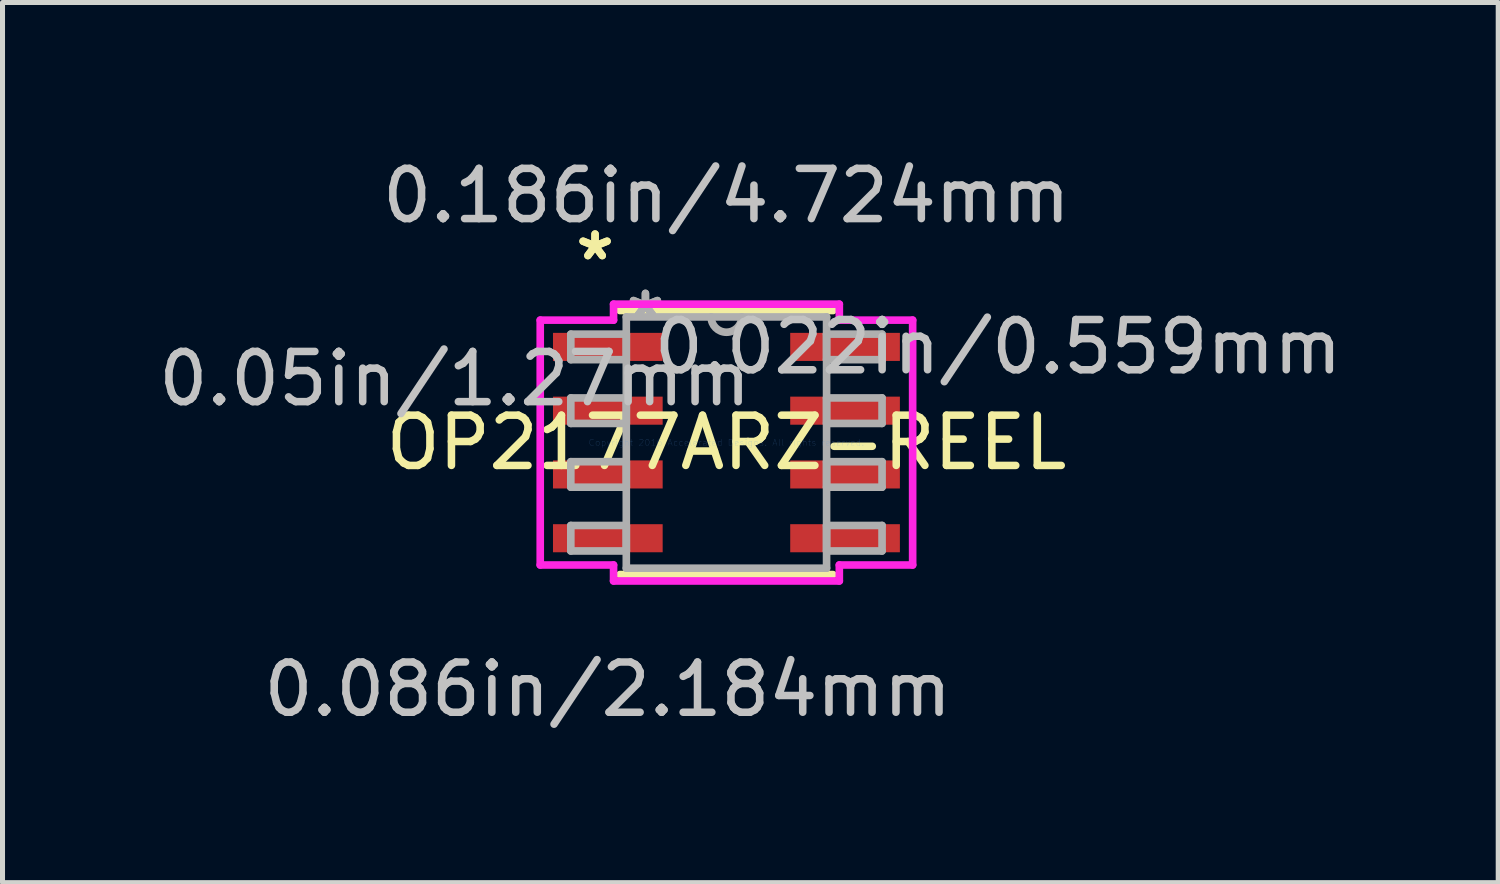
<source format=kicad_pcb>
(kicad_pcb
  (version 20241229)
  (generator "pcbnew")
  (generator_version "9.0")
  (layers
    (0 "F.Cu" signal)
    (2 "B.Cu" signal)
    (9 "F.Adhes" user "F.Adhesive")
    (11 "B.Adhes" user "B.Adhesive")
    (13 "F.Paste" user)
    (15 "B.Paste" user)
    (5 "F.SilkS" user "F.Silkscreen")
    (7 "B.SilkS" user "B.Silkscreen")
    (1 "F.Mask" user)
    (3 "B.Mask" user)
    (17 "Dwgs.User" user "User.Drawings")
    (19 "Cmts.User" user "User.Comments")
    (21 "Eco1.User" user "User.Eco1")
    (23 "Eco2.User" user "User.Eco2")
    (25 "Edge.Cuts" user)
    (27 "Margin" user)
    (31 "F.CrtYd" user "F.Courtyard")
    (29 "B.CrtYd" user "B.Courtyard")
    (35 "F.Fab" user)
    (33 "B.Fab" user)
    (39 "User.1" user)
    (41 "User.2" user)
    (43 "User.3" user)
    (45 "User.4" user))
  (footprint "OP2177ARZ-REEL"
    (layer "F.Cu")
    (at 11.416 5.763)
    (property "Reference" "OP2177ARZ-REEL" (at 0 0 0) (layer "F.SilkS") (effects (font (size 1 1) (thickness 0.15))))
    (attr through_hole)
    (fp_line (start -2.121 2.629) (end 2.121 2.629) (stroke (width 0.152) (type solid)) (layer "F.SilkS"))
    (fp_line (start 2.121 -2.629) (end -2.121 -2.629) (stroke (width 0.152) (type solid)) (layer "F.SilkS"))
    (fp_line (start -3.708 -2.438) (end -2.248 -2.438) (stroke (width 0.152) (type solid)) (layer "F.CrtYd"))
    (fp_line (start -3.708 2.438) (end -3.708 -2.438) (stroke (width 0.152) (type solid)) (layer "F.CrtYd"))
    (fp_line (start -2.248 -2.756) (end 2.248 -2.756) (stroke (width 0.152) (type solid)) (layer "F.CrtYd"))
    (fp_line (start -2.248 -2.438) (end -2.248 -2.756) (stroke (width 0.152) (type solid)) (layer "F.CrtYd"))
    (fp_line (start -2.248 2.438) (end -3.708 2.438) (stroke (width 0.152) (type solid)) (layer "F.CrtYd"))
    (fp_line (start -2.248 2.756) (end -2.248 2.438) (stroke (width 0.152) (type solid)) (layer "F.CrtYd"))
    (fp_line (start 2.248 -2.756) (end 2.248 -2.438) (stroke (width 0.152) (type solid)) (layer "F.CrtYd"))
    (fp_line (start 2.248 -2.438) (end 3.708 -2.438) (stroke (width 0.152) (type solid)) (layer "F.CrtYd"))
    (fp_line (start 2.248 2.438) (end 2.248 2.756) (stroke (width 0.152) (type solid)) (layer "F.CrtYd"))
    (fp_line (start 2.248 2.756) (end -2.248 2.756) (stroke (width 0.152) (type solid)) (layer "F.CrtYd"))
    (fp_line (start 3.708 -2.438) (end 3.708 2.438) (stroke (width 0.152) (type solid)) (layer "F.CrtYd"))
    (fp_line (start 3.708 2.438) (end 2.248 2.438) (stroke (width 0.152) (type solid)) (layer "F.CrtYd"))
    (fp_line (start -3.099 -2.159) (end -3.099 -1.651) (stroke (width 0.152) (type solid)) (layer "F.Fab"))
    (fp_line (start -3.099 -1.651) (end -1.994 -1.651) (stroke (width 0.152) (type solid)) (layer "F.Fab"))
    (fp_line (start -3.099 -0.889) (end -3.099 -0.381) (stroke (width 0.152) (type solid)) (layer "F.Fab"))
    (fp_line (start -3.099 -0.381) (end -1.994 -0.381) (stroke (width 0.152) (type solid)) (layer "F.Fab"))
    (fp_line (start -3.099 0.381) (end -3.099 0.889) (stroke (width 0.152) (type solid)) (layer "F.Fab"))
    (fp_line (start -3.099 0.889) (end -1.994 0.889) (stroke (width 0.152) (type solid)) (layer "F.Fab"))
    (fp_line (start -3.099 1.651) (end -3.099 2.159) (stroke (width 0.152) (type solid)) (layer "F.Fab"))
    (fp_line (start -3.099 2.159) (end -1.994 2.159) (stroke (width 0.152) (type solid)) (layer "F.Fab"))
    (fp_line (start -1.994 -2.502) (end -1.994 2.502) (stroke (width 0.152) (type solid)) (layer "F.Fab"))
    (fp_line (start -1.994 -2.159) (end -3.099 -2.159) (stroke (width 0.152) (type solid)) (layer "F.Fab"))
    (fp_line (start -1.994 -1.651) (end -1.994 -2.159) (stroke (width 0.152) (type solid)) (layer "F.Fab"))
    (fp_line (start -1.994 -0.889) (end -3.099 -0.889) (stroke (width 0.152) (type solid)) (layer "F.Fab"))
    (fp_line (start -1.994 -0.381) (end -1.994 -0.889) (stroke (width 0.152) (type solid)) (layer "F.Fab"))
    (fp_line (start -1.994 0.381) (end -3.099 0.381) (stroke (width 0.152) (type solid)) (layer "F.Fab"))
    (fp_line (start -1.994 0.889) (end -1.994 0.381) (stroke (width 0.152) (type solid)) (layer "F.Fab"))
    (fp_line (start -1.994 1.651) (end -3.099 1.651) (stroke (width 0.152) (type solid)) (layer "F.Fab"))
    (fp_line (start -1.994 2.159) (end -1.994 1.651) (stroke (width 0.152) (type solid)) (layer "F.Fab"))
    (fp_line (start -1.994 2.502) (end 1.994 2.502) (stroke (width 0.152) (type solid)) (layer "F.Fab"))
    (fp_line (start 1.994 -2.502) (end -1.994 -2.502) (stroke (width 0.152) (type solid)) (layer "F.Fab"))
    (fp_line (start 1.994 -2.159) (end 1.994 -1.651) (stroke (width 0.152) (type solid)) (layer "F.Fab"))
    (fp_line (start 1.994 -1.651) (end 3.099 -1.651) (stroke (width 0.152) (type solid)) (layer "F.Fab"))
    (fp_line (start 1.994 -0.889) (end 1.994 -0.381) (stroke (width 0.152) (type solid)) (layer "F.Fab"))
    (fp_line (start 1.994 -0.381) (end 3.099 -0.381) (stroke (width 0.152) (type solid)) (layer "F.Fab"))
    (fp_line (start 1.994 0.381) (end 1.994 0.889) (stroke (width 0.152) (type solid)) (layer "F.Fab"))
    (fp_line (start 1.994 0.889) (end 3.099 0.889) (stroke (width 0.152) (type solid)) (layer "F.Fab"))
    (fp_line (start 1.994 1.651) (end 1.994 2.159) (stroke (width 0.152) (type solid)) (layer "F.Fab"))
    (fp_line (start 1.994 2.159) (end 3.099 2.159) (stroke (width 0.152) (type solid)) (layer "F.Fab"))
    (fp_line (start 1.994 2.502) (end 1.994 -2.502) (stroke (width 0.152) (type solid)) (layer "F.Fab"))
    (fp_line (start 3.099 -2.159) (end 1.994 -2.159) (stroke (width 0.152) (type solid)) (layer "F.Fab"))
    (fp_line (start 3.099 -1.651) (end 3.099 -2.159) (stroke (width 0.152) (type solid)) (layer "F.Fab"))
    (fp_line (start 3.099 -0.889) (end 1.994 -0.889) (stroke (width 0.152) (type solid)) (layer "F.Fab"))
    (fp_line (start 3.099 -0.381) (end 3.099 -0.889) (stroke (width 0.152) (type solid)) (layer "F.Fab"))
    (fp_line (start 3.099 0.381) (end 1.994 0.381) (stroke (width 0.152) (type solid)) (layer "F.Fab"))
    (fp_line (start 3.099 0.889) (end 3.099 0.381) (stroke (width 0.152) (type solid)) (layer "F.Fab"))
    (fp_line (start 3.099 1.651) (end 1.994 1.651) (stroke (width 0.152) (type solid)) (layer "F.Fab"))
    (fp_line (start 3.099 2.159) (end 3.099 1.651) (stroke (width 0.152) (type solid)) (layer "F.Fab"))
    (fp_arc (start 0.3048 -2.5019) (mid 0 -2.1971) (end -0.3048 -2.5019) (stroke (width 0.1524) (type solid)) (layer "F.Fab"))
    (fp_text user "*" (at -2.616 -3.607 0) (layer "F.SilkS") (effects (font (size 1 1) (thickness 0.15))))
    (fp_text user "*" (at -2.616 -3.607 0) (layer "F.SilkS") (effects (font (size 1 1) (thickness 0.15))))
    (fp_text user "0.05in/1.27mm" (at -5.41 -1.27 0) (layer "Dwgs.User") (effects (font (size 1 1) (thickness 0.15))))
    (fp_text user "0.022in/0.559mm" (at 5.41 -1.905 0) (layer "Dwgs.User") (effects (font (size 1 1) (thickness 0.15))))
    (fp_text user "0.086in/2.184mm" (at -2.362 4.915 0) (layer "Dwgs.User") (effects (font (size 1 1) (thickness 0.15))))
    (fp_text user "0.186in/4.724mm" (at 0 -4.915 0) (layer "Dwgs.User") (effects (font (size 1 1) (thickness 0.15))))
    (fp_text user "Copyright 2016 Accelerated Designs. All rights reserved." (at 0 0 0) (layer "Cmts.User") (effects (font (size 0.127 0.127) (thickness 0.002))))
    (fp_text user "*" (at -1.613 -2.426 0) (layer "F.Fab") (effects (font (size 1 1) (thickness 0.15))))
    (fp_text user "*" (at -1.613 -2.426 0) (layer "F.Fab") (effects (font (size 1 1) (thickness 0.15))))
    (pad "1" smd rect (at -2.362 -1.905) (size 2.184 0.559) (layers "F.Cu" "F.Mask" "F.Paste"))
    (pad "2" smd rect (at -2.362 -0.635) (size 2.184 0.559) (layers "F.Cu" "F.Mask" "F.Paste"))
    (pad "3" smd rect (at -2.362 0.635) (size 2.184 0.559) (layers "F.Cu" "F.Mask" "F.Paste"))
    (pad "4" smd rect (at -2.362 1.905) (size 2.184 0.559) (layers "F.Cu" "F.Mask" "F.Paste"))
    (pad "5" smd rect (at 2.362 1.905) (size 2.184 0.559) (layers "F.Cu" "F.Mask" "F.Paste"))
    (pad "6" smd rect (at 2.362 0.635) (size 2.184 0.559) (layers "F.Cu" "F.Mask" "F.Paste"))
    (pad "7" smd rect (at 2.362 -0.635) (size 2.184 0.559) (layers "F.Cu" "F.Mask" "F.Paste"))
    (pad "8" smd rect (at 2.362 -1.905) (size 2.184 0.559) (layers "F.Cu" "F.Mask" "F.Paste")))
  (gr_rect
    (start -3 -3)
    (end 26.785 14.526)
    (stroke (width 0.1) (type default))
    (fill no)
    (layer "Edge.Cuts")))
</source>
